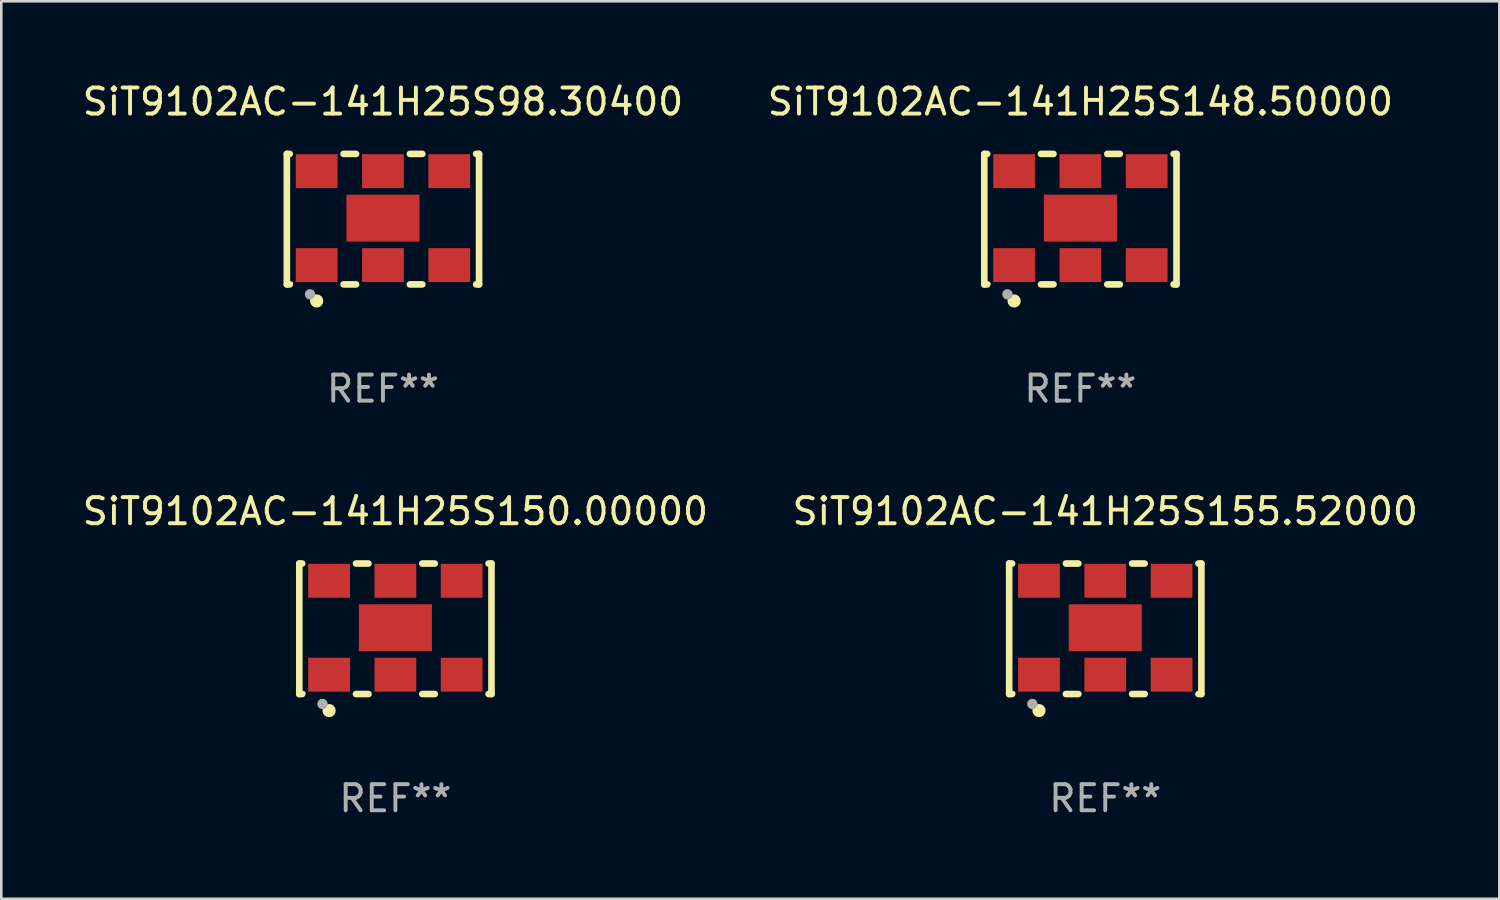
<source format=kicad_pcb>
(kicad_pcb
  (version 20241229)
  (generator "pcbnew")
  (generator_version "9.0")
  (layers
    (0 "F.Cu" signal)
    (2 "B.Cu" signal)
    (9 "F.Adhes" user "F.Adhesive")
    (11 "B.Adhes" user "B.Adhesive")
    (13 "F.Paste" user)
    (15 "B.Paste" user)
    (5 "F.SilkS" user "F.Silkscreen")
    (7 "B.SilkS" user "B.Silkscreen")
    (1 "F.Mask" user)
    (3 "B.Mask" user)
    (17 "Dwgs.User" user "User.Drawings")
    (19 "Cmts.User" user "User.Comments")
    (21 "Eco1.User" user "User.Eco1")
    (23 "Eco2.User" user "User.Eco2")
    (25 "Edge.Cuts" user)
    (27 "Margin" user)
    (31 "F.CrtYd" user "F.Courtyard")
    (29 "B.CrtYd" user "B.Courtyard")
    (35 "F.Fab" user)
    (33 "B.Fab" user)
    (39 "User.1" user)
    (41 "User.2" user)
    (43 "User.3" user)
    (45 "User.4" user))
  (footprint "SiT9102AC-141H25S150.00000"
    (layer "F.Cu")
    (at 12.101 21.045)
    (property "Reference" "SiT9102AC-141H25S150.00000" (at 0 -4.5 0) (layer "F.SilkS") (effects (font (size 1 1) (thickness 0.15))))
    (attr through_hole)
    (fp_line (start -3.683 -2.5) (end -3.571 -2.5) (stroke (width 0.254) (type solid)) (layer "F.SilkS"))
    (fp_line (start -3.683 2.5) (end -3.683 -2.5) (stroke (width 0.254) (type solid)) (layer "F.SilkS"))
    (fp_line (start -3.683 2.5) (end -3.571 2.5) (stroke (width 0.254) (type solid)) (layer "F.SilkS"))
    (fp_line (start -1.509 -2.5) (end -1.031 -2.5) (stroke (width 0.254) (type solid)) (layer "F.SilkS"))
    (fp_line (start -1.509 2.5) (end -1.031 2.5) (stroke (width 0.254) (type solid)) (layer "F.SilkS"))
    (fp_line (start 1.031 -2.5) (end 1.509 -2.5) (stroke (width 0.254) (type solid)) (layer "F.SilkS"))
    (fp_line (start 1.031 2.5) (end 1.509 2.5) (stroke (width 0.254) (type solid)) (layer "F.SilkS"))
    (fp_line (start 3.571 -2.5) (end 3.683 -2.5) (stroke (width 0.254) (type solid)) (layer "F.SilkS"))
    (fp_line (start 3.571 2.5) (end 3.683 2.5) (stroke (width 0.254) (type solid)) (layer "F.SilkS"))
    (fp_line (start 3.683 2.5) (end 3.683 -2.5) (stroke (width 0.254) (type solid)) (layer "F.SilkS"))
    (fp_circle (center -3.5 2.46) (end -3.47 2.46) (stroke (width 0.06) (type solid)) (fill no) (layer "F.SilkS"))
    (fp_circle (center -2.54 3.135) (end -2.413 3.135) (stroke (width 0.254) (type solid)) (fill no) (layer "F.SilkS"))
    (fp_circle (center -2.794 2.881) (end -2.694 2.881) (stroke (width 0.2) (type solid)) (fill no) (layer "F.Fab"))
    (fp_text user "REF**" (at 0 6.5 0) (layer "F.Fab") (effects (font (size 1 1) (thickness 0.15))))
    (pad "1" smd rect (at -2.54 1.76) (size 1.6 1.3) (layers "F.Cu" "F.Mask" "F.Paste"))
    (pad "2" smd rect (at 0 1.76) (size 1.6 1.3) (layers "F.Cu" "F.Mask" "F.Paste"))
    (pad "3" smd rect (at 2.54 1.76) (size 1.6 1.3) (layers "F.Cu" "F.Mask" "F.Paste"))
    (pad "4" smd rect (at 2.54 -1.84) (size 1.6 1.3) (layers "F.Cu" "F.Mask" "F.Paste"))
    (pad "5" smd rect (at 0 -1.84) (size 1.6 1.3) (layers "F.Cu" "F.Mask" "F.Paste"))
    (pad "6" smd rect (at -2.54 -1.84) (size 1.6 1.3) (layers "F.Cu" "F.Mask" "F.Paste"))
    (pad "7" smd rect (at 0 -0.04) (size 2.8 1.8) (layers "F.Cu" "F.Mask" "F.Paste")))
  (footprint "SiT9102AC-141H25S155.52000"
    (layer "F.Cu")
    (at 39.304 21.045)
    (property "Reference" "SiT9102AC-141H25S155.52000" (at 0 -4.5 0) (layer "F.SilkS") (effects (font (size 1 1) (thickness 0.15))))
    (attr through_hole)
    (fp_line (start -3.683 -2.5) (end -3.571 -2.5) (stroke (width 0.254) (type solid)) (layer "F.SilkS"))
    (fp_line (start -3.683 2.5) (end -3.683 -2.5) (stroke (width 0.254) (type solid)) (layer "F.SilkS"))
    (fp_line (start -3.683 2.5) (end -3.571 2.5) (stroke (width 0.254) (type solid)) (layer "F.SilkS"))
    (fp_line (start -1.509 -2.5) (end -1.031 -2.5) (stroke (width 0.254) (type solid)) (layer "F.SilkS"))
    (fp_line (start -1.509 2.5) (end -1.031 2.5) (stroke (width 0.254) (type solid)) (layer "F.SilkS"))
    (fp_line (start 1.031 -2.5) (end 1.509 -2.5) (stroke (width 0.254) (type solid)) (layer "F.SilkS"))
    (fp_line (start 1.031 2.5) (end 1.509 2.5) (stroke (width 0.254) (type solid)) (layer "F.SilkS"))
    (fp_line (start 3.571 -2.5) (end 3.683 -2.5) (stroke (width 0.254) (type solid)) (layer "F.SilkS"))
    (fp_line (start 3.571 2.5) (end 3.683 2.5) (stroke (width 0.254) (type solid)) (layer "F.SilkS"))
    (fp_line (start 3.683 2.5) (end 3.683 -2.5) (stroke (width 0.254) (type solid)) (layer "F.SilkS"))
    (fp_circle (center -3.5 2.46) (end -3.47 2.46) (stroke (width 0.06) (type solid)) (fill no) (layer "F.SilkS"))
    (fp_circle (center -2.54 3.135) (end -2.413 3.135) (stroke (width 0.254) (type solid)) (fill no) (layer "F.SilkS"))
    (fp_circle (center -2.794 2.881) (end -2.694 2.881) (stroke (width 0.2) (type solid)) (fill no) (layer "F.Fab"))
    (fp_text user "REF**" (at 0 6.5 0) (layer "F.Fab") (effects (font (size 1 1) (thickness 0.15))))
    (pad "1" smd rect (at -2.54 1.76) (size 1.6 1.3) (layers "F.Cu" "F.Mask" "F.Paste"))
    (pad "2" smd rect (at 0 1.76) (size 1.6 1.3) (layers "F.Cu" "F.Mask" "F.Paste"))
    (pad "3" smd rect (at 2.54 1.76) (size 1.6 1.3) (layers "F.Cu" "F.Mask" "F.Paste"))
    (pad "4" smd rect (at 2.54 -1.84) (size 1.6 1.3) (layers "F.Cu" "F.Mask" "F.Paste"))
    (pad "5" smd rect (at 0 -1.84) (size 1.6 1.3) (layers "F.Cu" "F.Mask" "F.Paste"))
    (pad "6" smd rect (at -2.54 -1.84) (size 1.6 1.3) (layers "F.Cu" "F.Mask" "F.Paste"))
    (pad "7" smd rect (at 0 -0.04) (size 2.8 1.8) (layers "F.Cu" "F.Mask" "F.Paste")))
  (footprint "SiT9102AC-141H25S148.50000"
    (layer "F.Cu")
    (at 38.351 5.348)
    (property "Reference" "SiT9102AC-141H25S148.50000" (at 0 -4.5 0) (layer "F.SilkS") (effects (font (size 1 1) (thickness 0.15))))
    (attr through_hole)
    (fp_line (start -3.683 -2.5) (end -3.571 -2.5) (stroke (width 0.254) (type solid)) (layer "F.SilkS"))
    (fp_line (start -3.683 2.5) (end -3.683 -2.5) (stroke (width 0.254) (type solid)) (layer "F.SilkS"))
    (fp_line (start -3.683 2.5) (end -3.571 2.5) (stroke (width 0.254) (type solid)) (layer "F.SilkS"))
    (fp_line (start -1.509 -2.5) (end -1.031 -2.5) (stroke (width 0.254) (type solid)) (layer "F.SilkS"))
    (fp_line (start -1.509 2.5) (end -1.031 2.5) (stroke (width 0.254) (type solid)) (layer "F.SilkS"))
    (fp_line (start 1.031 -2.5) (end 1.509 -2.5) (stroke (width 0.254) (type solid)) (layer "F.SilkS"))
    (fp_line (start 1.031 2.5) (end 1.509 2.5) (stroke (width 0.254) (type solid)) (layer "F.SilkS"))
    (fp_line (start 3.571 -2.5) (end 3.683 -2.5) (stroke (width 0.254) (type solid)) (layer "F.SilkS"))
    (fp_line (start 3.571 2.5) (end 3.683 2.5) (stroke (width 0.254) (type solid)) (layer "F.SilkS"))
    (fp_line (start 3.683 2.5) (end 3.683 -2.5) (stroke (width 0.254) (type solid)) (layer "F.SilkS"))
    (fp_circle (center -3.5 2.46) (end -3.47 2.46) (stroke (width 0.06) (type solid)) (fill no) (layer "F.SilkS"))
    (fp_circle (center -2.54 3.135) (end -2.413 3.135) (stroke (width 0.254) (type solid)) (fill no) (layer "F.SilkS"))
    (fp_circle (center -2.794 2.881) (end -2.694 2.881) (stroke (width 0.2) (type solid)) (fill no) (layer "F.Fab"))
    (fp_text user "REF**" (at 0 6.5 0) (layer "F.Fab") (effects (font (size 1 1) (thickness 0.15))))
    (pad "1" smd rect (at -2.54 1.76) (size 1.6 1.3) (layers "F.Cu" "F.Mask" "F.Paste"))
    (pad "2" smd rect (at 0 1.76) (size 1.6 1.3) (layers "F.Cu" "F.Mask" "F.Paste"))
    (pad "3" smd rect (at 2.54 1.76) (size 1.6 1.3) (layers "F.Cu" "F.Mask" "F.Paste"))
    (pad "4" smd rect (at 2.54 -1.84) (size 1.6 1.3) (layers "F.Cu" "F.Mask" "F.Paste"))
    (pad "5" smd rect (at 0 -1.84) (size 1.6 1.3) (layers "F.Cu" "F.Mask" "F.Paste"))
    (pad "6" smd rect (at -2.54 -1.84) (size 1.6 1.3) (layers "F.Cu" "F.Mask" "F.Paste"))
    (pad "7" smd rect (at 0 -0.04) (size 2.8 1.8) (layers "F.Cu" "F.Mask" "F.Paste")))
  (footprint "SiT9102AC-141H25S98.30400"
    (layer "F.Cu")
    (at 11.625 5.348)
    (property "Reference" "SiT9102AC-141H25S98.30400" (at 0 -4.5 0) (layer "F.SilkS") (effects (font (size 1 1) (thickness 0.15))))
    (attr through_hole)
    (fp_line (start -3.683 -2.5) (end -3.571 -2.5) (stroke (width 0.254) (type solid)) (layer "F.SilkS"))
    (fp_line (start -3.683 2.5) (end -3.683 -2.5) (stroke (width 0.254) (type solid)) (layer "F.SilkS"))
    (fp_line (start -3.683 2.5) (end -3.571 2.5) (stroke (width 0.254) (type solid)) (layer "F.SilkS"))
    (fp_line (start -1.509 -2.5) (end -1.031 -2.5) (stroke (width 0.254) (type solid)) (layer "F.SilkS"))
    (fp_line (start -1.509 2.5) (end -1.031 2.5) (stroke (width 0.254) (type solid)) (layer "F.SilkS"))
    (fp_line (start 1.031 -2.5) (end 1.509 -2.5) (stroke (width 0.254) (type solid)) (layer "F.SilkS"))
    (fp_line (start 1.031 2.5) (end 1.509 2.5) (stroke (width 0.254) (type solid)) (layer "F.SilkS"))
    (fp_line (start 3.571 -2.5) (end 3.683 -2.5) (stroke (width 0.254) (type solid)) (layer "F.SilkS"))
    (fp_line (start 3.571 2.5) (end 3.683 2.5) (stroke (width 0.254) (type solid)) (layer "F.SilkS"))
    (fp_line (start 3.683 2.5) (end 3.683 -2.5) (stroke (width 0.254) (type solid)) (layer "F.SilkS"))
    (fp_circle (center -3.5 2.46) (end -3.47 2.46) (stroke (width 0.06) (type solid)) (fill no) (layer "F.SilkS"))
    (fp_circle (center -2.54 3.135) (end -2.413 3.135) (stroke (width 0.254) (type solid)) (fill no) (layer "F.SilkS"))
    (fp_circle (center -2.794 2.881) (end -2.694 2.881) (stroke (width 0.2) (type solid)) (fill no) (layer "F.Fab"))
    (fp_text user "REF**" (at 0 6.5 0) (layer "F.Fab") (effects (font (size 1 1) (thickness 0.15))))
    (pad "1" smd rect (at -2.54 1.76) (size 1.6 1.3) (layers "F.Cu" "F.Mask" "F.Paste"))
    (pad "2" smd rect (at 0 1.76) (size 1.6 1.3) (layers "F.Cu" "F.Mask" "F.Paste"))
    (pad "3" smd rect (at 2.54 1.76) (size 1.6 1.3) (layers "F.Cu" "F.Mask" "F.Paste"))
    (pad "4" smd rect (at 2.54 -1.84) (size 1.6 1.3) (layers "F.Cu" "F.Mask" "F.Paste"))
    (pad "5" smd rect (at 0 -1.84) (size 1.6 1.3) (layers "F.Cu" "F.Mask" "F.Paste"))
    (pad "6" smd rect (at -2.54 -1.84) (size 1.6 1.3) (layers "F.Cu" "F.Mask" "F.Paste"))
    (pad "7" smd rect (at 0 -0.04) (size 2.8 1.8) (layers "F.Cu" "F.Mask" "F.Paste")))
  (gr_rect
    (start -3 -3)
    (end 54.405 31.393)
    (stroke (width 0.1) (type default))
    (fill no)
    (layer "Edge.Cuts")))
</source>
